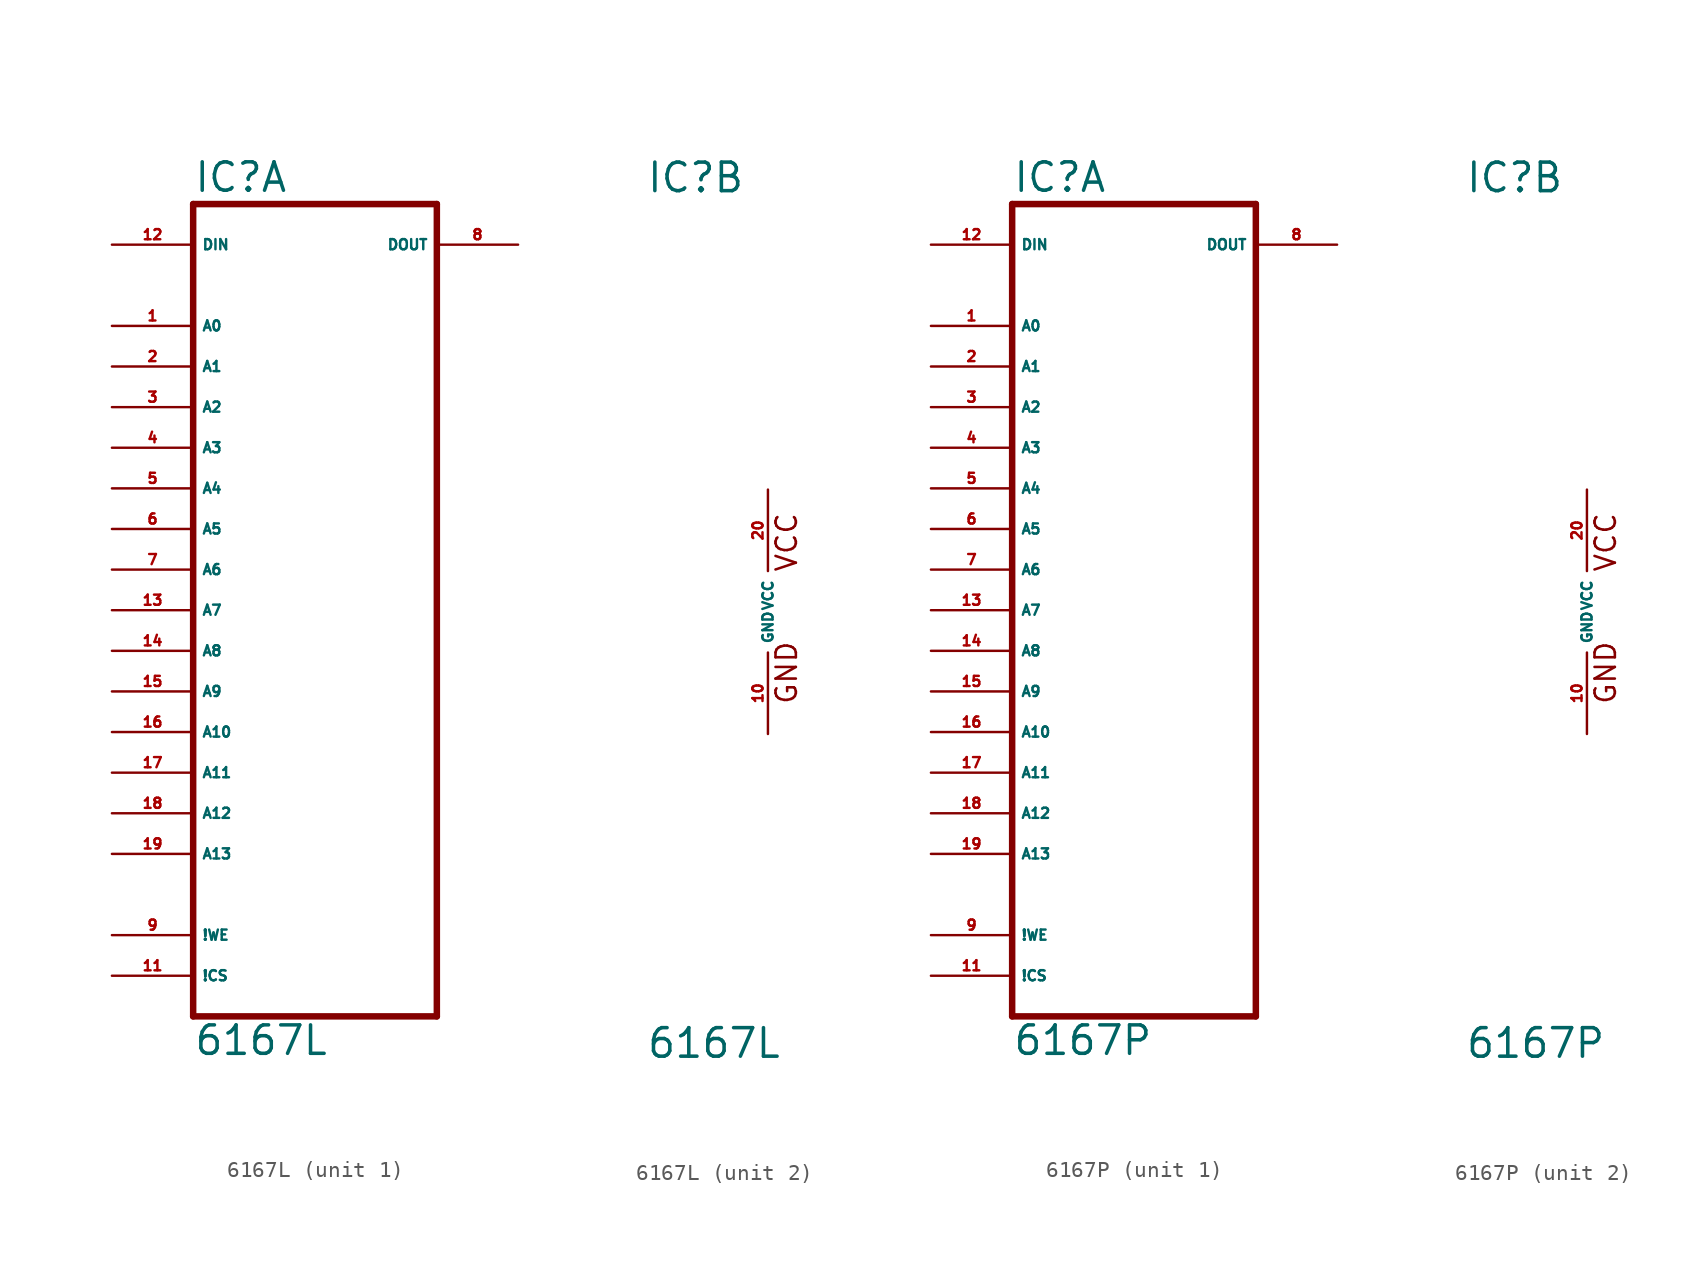
<source format=kicad_sym>
(kicad_symbol_lib
  (version 20220914)
  (generator Eagle2Kicad)
  (symbol "6167L"
    (property "Reference" "IC"
      (at -7.62 26.035 0)
      (effects (font (size 1.778 1.778) (thickness 0.22)) (justify left bottom)))
    (property "Value" "6167L"
      (at -7.62 -27.94 0)
      (effects (font (size 1.778 1.778) (thickness 0.22)) (justify left bottom)))
    (symbol "6167L_1_0"
      (polyline (pts (xy -7.62 -25.4) (xy 7.62 -25.4)) (stroke (width 0.406) (type default)) (fill (type none)))
      (polyline (pts (xy 7.62 -25.4) (xy 7.62 25.4)) (stroke (width 0.406) (type default)) (fill (type none)))
      (polyline (pts (xy 7.62 25.4) (xy -7.62 25.4)) (stroke (width 0.406) (type default)) (fill (type none)))
      (polyline (pts (xy -7.62 25.4) (xy -7.62 -25.4)) (stroke (width 0.406) (type default)) (fill (type none)))
      (pin input line (at -12.7 17.78 0) (length 5.08) (name "A0" (effects (font (size 0.635 0.635) (thickness 0.08)) (justify left bottom))) (number "1" (effects (font (size 0.635 0.635) (thickness 0.08)) (justify left bottom))))
      (pin input line (at -12.7 15.24 0) (length 5.08) (name "A1" (effects (font (size 0.635 0.635) (thickness 0.08)) (justify left bottom))) (number "2" (effects (font (size 0.635 0.635) (thickness 0.08)) (justify left bottom))))
      (pin input line (at -12.7 12.7 0) (length 5.08) (name "A2" (effects (font (size 0.635 0.635) (thickness 0.08)) (justify left bottom))) (number "3" (effects (font (size 0.635 0.635) (thickness 0.08)) (justify left bottom))))
      (pin input line (at -12.7 10.16 0) (length 5.08) (name "A3" (effects (font (size 0.635 0.635) (thickness 0.08)) (justify left bottom))) (number "4" (effects (font (size 0.635 0.635) (thickness 0.08)) (justify left bottom))))
      (pin input line (at -12.7 7.62 0) (length 5.08) (name "A4" (effects (font (size 0.635 0.635) (thickness 0.08)) (justify left bottom))) (number "5" (effects (font (size 0.635 0.635) (thickness 0.08)) (justify left bottom))))
      (pin input line (at -12.7 5.08 0) (length 5.08) (name "A5" (effects (font (size 0.635 0.635) (thickness 0.08)) (justify left bottom))) (number "6" (effects (font (size 0.635 0.635) (thickness 0.08)) (justify left bottom))))
      (pin input line (at -12.7 2.54 0) (length 5.08) (name "A6" (effects (font (size 0.635 0.635) (thickness 0.08)) (justify left bottom))) (number "7" (effects (font (size 0.635 0.635) (thickness 0.08)) (justify left bottom))))
      (pin input line (at -12.7 0 0) (length 5.08) (name "A7" (effects (font (size 0.635 0.635) (thickness 0.08)) (justify left bottom))) (number "13" (effects (font (size 0.635 0.635) (thickness 0.08)) (justify left bottom))))
      (pin input line (at -12.7 -2.54 0) (length 5.08) (name "A8" (effects (font (size 0.635 0.635) (thickness 0.08)) (justify left bottom))) (number "14" (effects (font (size 0.635 0.635) (thickness 0.08)) (justify left bottom))))
      (pin input line (at -12.7 -5.08 0) (length 5.08) (name "A9" (effects (font (size 0.635 0.635) (thickness 0.08)) (justify left bottom))) (number "15" (effects (font (size 0.635 0.635) (thickness 0.08)) (justify left bottom))))
      (pin input line (at -12.7 -7.62 0) (length 5.08) (name "A10" (effects (font (size 0.635 0.635) (thickness 0.08)) (justify left bottom))) (number "16" (effects (font (size 0.635 0.635) (thickness 0.08)) (justify left bottom))))
      (pin input line (at -12.7 22.86 0) (length 5.08) (name "DIN" (effects (font (size 0.635 0.635) (thickness 0.08)) (justify left bottom))) (number "12" (effects (font (size 0.635 0.635) (thickness 0.08)) (justify left bottom))))
      (pin input line (at -12.7 -10.16 0) (length 5.08) (name "A11" (effects (font (size 0.635 0.635) (thickness 0.08)) (justify left bottom))) (number "17" (effects (font (size 0.635 0.635) (thickness 0.08)) (justify left bottom))))
      (pin input line (at -12.7 -12.7 0) (length 5.08) (name "A12" (effects (font (size 0.635 0.635) (thickness 0.08)) (justify left bottom))) (number "18" (effects (font (size 0.635 0.635) (thickness 0.08)) (justify left bottom))))
      (pin output line (at 12.7 22.86 180) (length 5.08) (name "DOUT" (effects (font (size 0.635 0.635) (thickness 0.08)) (justify left bottom))) (number "8" (effects (font (size 0.635 0.635) (thickness 0.08)) (justify left bottom))))
      (pin input line (at -12.7 -15.24 0) (length 5.08) (name "A13" (effects (font (size 0.635 0.635) (thickness 0.08)) (justify left bottom))) (number "19" (effects (font (size 0.635 0.635) (thickness 0.08)) (justify left bottom))))
      (pin input line (at -12.7 -20.32 0) (length 5.08) (name "!WE" (effects (font (size 0.635 0.635) (thickness 0.08)) (justify left bottom))) (number "9" (effects (font (size 0.635 0.635) (thickness 0.08)) (justify left bottom))))
      (pin input line (at -12.7 -22.86 0) (length 5.08) (name "!CS" (effects (font (size 0.635 0.635) (thickness 0.08)) (justify left bottom))) (number "11" (effects (font (size 0.635 0.635) (thickness 0.08)) (justify left bottom)))))
    (symbol "6167L_2_0"
      (text "GND" (at 1.905 -5.842 900) (effects (font (size 1.27 1.27) (thickness 0.16)) (justify left bottom)))
      (text "VCC" (at 1.905 2.413 900) (effects (font (size 1.27 1.27) (thickness 0.16)) (justify left bottom)))
      (pin unspecified line (at 0 7.62 270) (length 5.08) (name "VCC" (effects (font (size 0.635 0.635) (thickness 0.08)) (justify left bottom))) (number "20" (effects (font (size 0.635 0.635) (thickness 0.08)) (justify left bottom))))
      (pin unspecified line (at 0 -7.62 90) (length 5.08) (name "GND" (effects (font (size 0.635 0.635) (thickness 0.08)) (justify left bottom))) (number "10" (effects (font (size 0.635 0.635) (thickness 0.08)) (justify left bottom))))))
  (symbol "6167P"
    (property "Reference" "IC"
      (at -7.62 26.035 0)
      (effects (font (size 1.778 1.778) (thickness 0.22)) (justify left bottom)))
    (property "Value" "6167P"
      (at -7.62 -27.94 0)
      (effects (font (size 1.778 1.778) (thickness 0.22)) (justify left bottom)))
    (symbol "6167P_1_0"
      (polyline (pts (xy -7.62 -25.4) (xy 7.62 -25.4)) (stroke (width 0.406) (type default)) (fill (type none)))
      (polyline (pts (xy 7.62 -25.4) (xy 7.62 25.4)) (stroke (width 0.406) (type default)) (fill (type none)))
      (polyline (pts (xy 7.62 25.4) (xy -7.62 25.4)) (stroke (width 0.406) (type default)) (fill (type none)))
      (polyline (pts (xy -7.62 25.4) (xy -7.62 -25.4)) (stroke (width 0.406) (type default)) (fill (type none)))
      (pin input line (at -12.7 17.78 0) (length 5.08) (name "A0" (effects (font (size 0.635 0.635) (thickness 0.08)) (justify left bottom))) (number "1" (effects (font (size 0.635 0.635) (thickness 0.08)) (justify left bottom))))
      (pin input line (at -12.7 15.24 0) (length 5.08) (name "A1" (effects (font (size 0.635 0.635) (thickness 0.08)) (justify left bottom))) (number "2" (effects (font (size 0.635 0.635) (thickness 0.08)) (justify left bottom))))
      (pin input line (at -12.7 12.7 0) (length 5.08) (name "A2" (effects (font (size 0.635 0.635) (thickness 0.08)) (justify left bottom))) (number "3" (effects (font (size 0.635 0.635) (thickness 0.08)) (justify left bottom))))
      (pin input line (at -12.7 10.16 0) (length 5.08) (name "A3" (effects (font (size 0.635 0.635) (thickness 0.08)) (justify left bottom))) (number "4" (effects (font (size 0.635 0.635) (thickness 0.08)) (justify left bottom))))
      (pin input line (at -12.7 7.62 0) (length 5.08) (name "A4" (effects (font (size 0.635 0.635) (thickness 0.08)) (justify left bottom))) (number "5" (effects (font (size 0.635 0.635) (thickness 0.08)) (justify left bottom))))
      (pin input line (at -12.7 5.08 0) (length 5.08) (name "A5" (effects (font (size 0.635 0.635) (thickness 0.08)) (justify left bottom))) (number "6" (effects (font (size 0.635 0.635) (thickness 0.08)) (justify left bottom))))
      (pin input line (at -12.7 2.54 0) (length 5.08) (name "A6" (effects (font (size 0.635 0.635) (thickness 0.08)) (justify left bottom))) (number "7" (effects (font (size 0.635 0.635) (thickness 0.08)) (justify left bottom))))
      (pin input line (at -12.7 0 0) (length 5.08) (name "A7" (effects (font (size 0.635 0.635) (thickness 0.08)) (justify left bottom))) (number "13" (effects (font (size 0.635 0.635) (thickness 0.08)) (justify left bottom))))
      (pin input line (at -12.7 -2.54 0) (length 5.08) (name "A8" (effects (font (size 0.635 0.635) (thickness 0.08)) (justify left bottom))) (number "14" (effects (font (size 0.635 0.635) (thickness 0.08)) (justify left bottom))))
      (pin input line (at -12.7 -5.08 0) (length 5.08) (name "A9" (effects (font (size 0.635 0.635) (thickness 0.08)) (justify left bottom))) (number "15" (effects (font (size 0.635 0.635) (thickness 0.08)) (justify left bottom))))
      (pin input line (at -12.7 -7.62 0) (length 5.08) (name "A10" (effects (font (size 0.635 0.635) (thickness 0.08)) (justify left bottom))) (number "16" (effects (font (size 0.635 0.635) (thickness 0.08)) (justify left bottom))))
      (pin input line (at -12.7 22.86 0) (length 5.08) (name "DIN" (effects (font (size 0.635 0.635) (thickness 0.08)) (justify left bottom))) (number "12" (effects (font (size 0.635 0.635) (thickness 0.08)) (justify left bottom))))
      (pin input line (at -12.7 -10.16 0) (length 5.08) (name "A11" (effects (font (size 0.635 0.635) (thickness 0.08)) (justify left bottom))) (number "17" (effects (font (size 0.635 0.635) (thickness 0.08)) (justify left bottom))))
      (pin input line (at -12.7 -12.7 0) (length 5.08) (name "A12" (effects (font (size 0.635 0.635) (thickness 0.08)) (justify left bottom))) (number "18" (effects (font (size 0.635 0.635) (thickness 0.08)) (justify left bottom))))
      (pin output line (at 12.7 22.86 180) (length 5.08) (name "DOUT" (effects (font (size 0.635 0.635) (thickness 0.08)) (justify left bottom))) (number "8" (effects (font (size 0.635 0.635) (thickness 0.08)) (justify left bottom))))
      (pin input line (at -12.7 -15.24 0) (length 5.08) (name "A13" (effects (font (size 0.635 0.635) (thickness 0.08)) (justify left bottom))) (number "19" (effects (font (size 0.635 0.635) (thickness 0.08)) (justify left bottom))))
      (pin input line (at -12.7 -20.32 0) (length 5.08) (name "!WE" (effects (font (size 0.635 0.635) (thickness 0.08)) (justify left bottom))) (number "9" (effects (font (size 0.635 0.635) (thickness 0.08)) (justify left bottom))))
      (pin input line (at -12.7 -22.86 0) (length 5.08) (name "!CS" (effects (font (size 0.635 0.635) (thickness 0.08)) (justify left bottom))) (number "11" (effects (font (size 0.635 0.635) (thickness 0.08)) (justify left bottom)))))
    (symbol "6167P_2_0"
      (text "GND" (at 1.905 -5.842 900) (effects (font (size 1.27 1.27) (thickness 0.16)) (justify left bottom)))
      (text "VCC" (at 1.905 2.413 900) (effects (font (size 1.27 1.27) (thickness 0.16)) (justify left bottom)))
      (pin unspecified line (at 0 7.62 270) (length 5.08) (name "VCC" (effects (font (size 0.635 0.635) (thickness 0.08)) (justify left bottom))) (number "20" (effects (font (size 0.635 0.635) (thickness 0.08)) (justify left bottom))))
      (pin unspecified line (at 0 -7.62 90) (length 5.08) (name "GND" (effects (font (size 0.635 0.635) (thickness 0.08)) (justify left bottom))) (number "10" (effects (font (size 0.635 0.635) (thickness 0.08)) (justify left bottom)))))))
</source>
